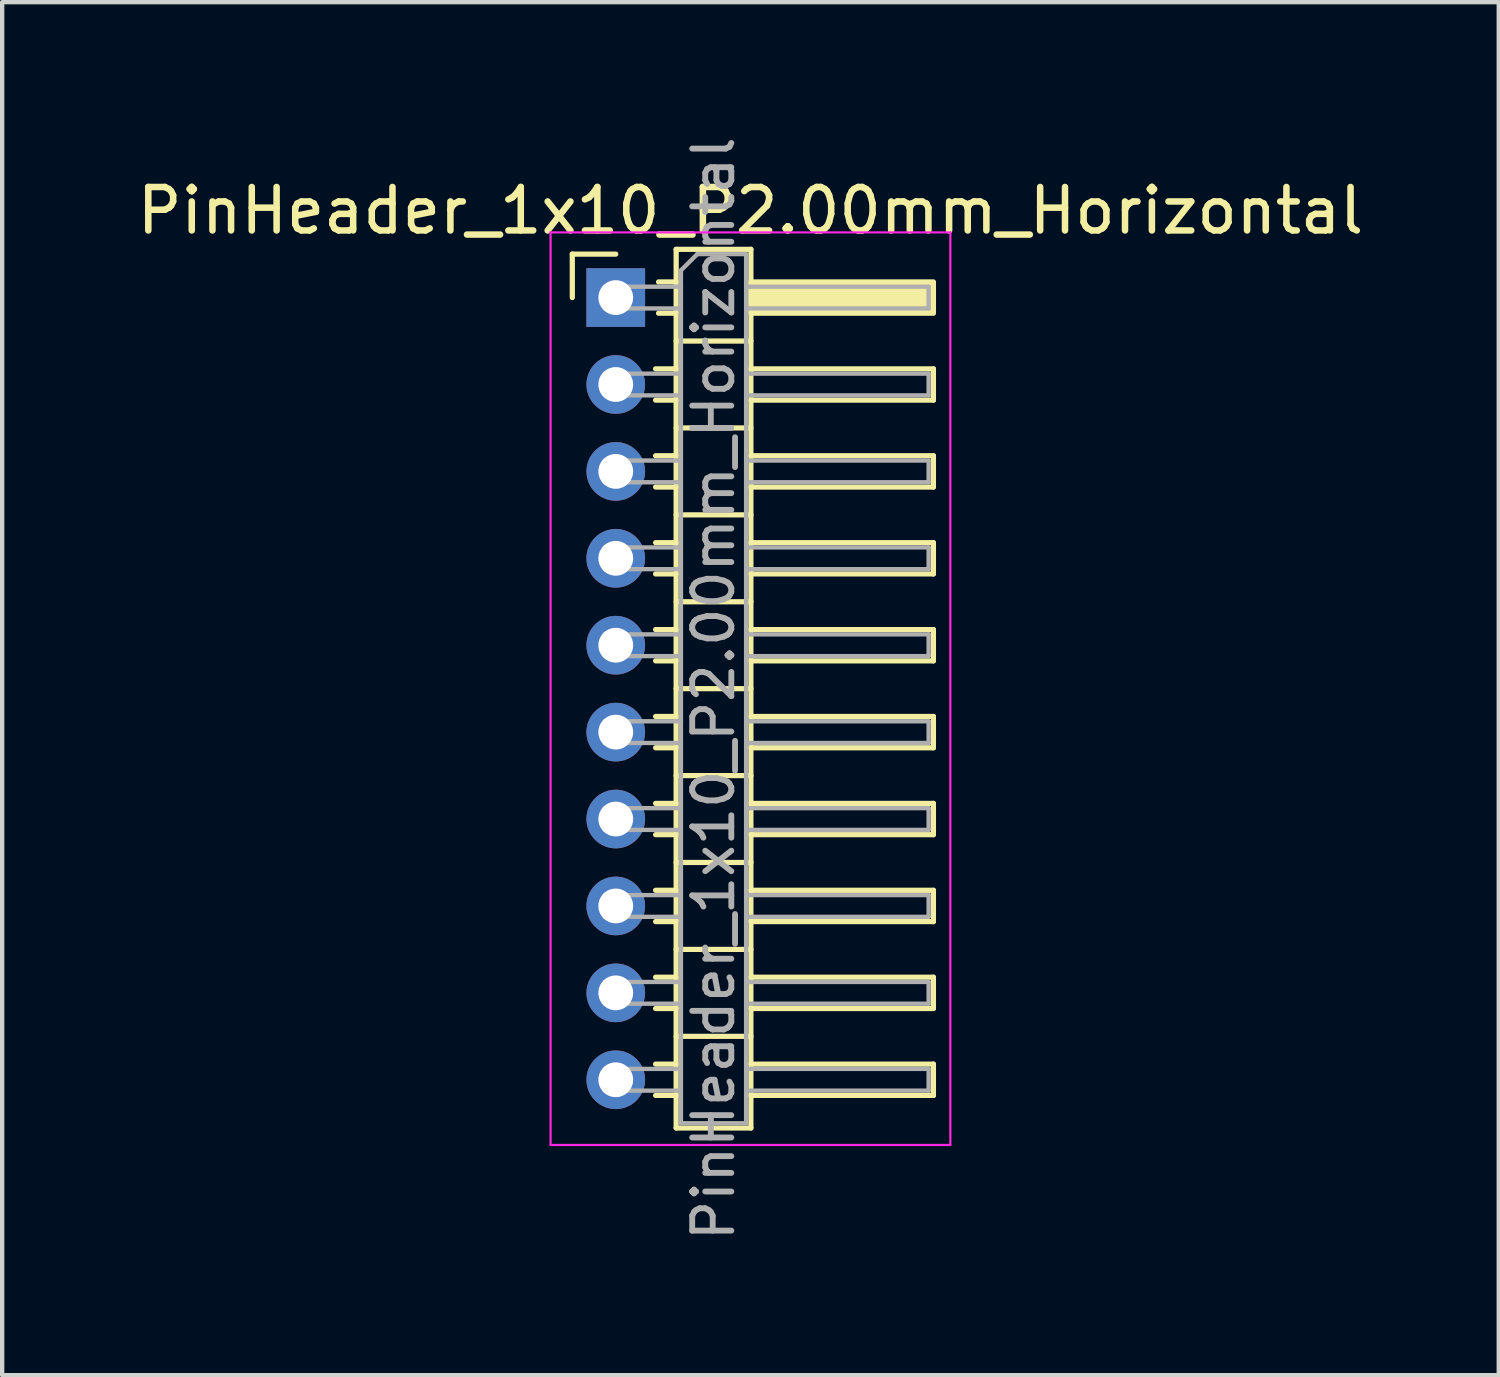
<source format=kicad_pcb>
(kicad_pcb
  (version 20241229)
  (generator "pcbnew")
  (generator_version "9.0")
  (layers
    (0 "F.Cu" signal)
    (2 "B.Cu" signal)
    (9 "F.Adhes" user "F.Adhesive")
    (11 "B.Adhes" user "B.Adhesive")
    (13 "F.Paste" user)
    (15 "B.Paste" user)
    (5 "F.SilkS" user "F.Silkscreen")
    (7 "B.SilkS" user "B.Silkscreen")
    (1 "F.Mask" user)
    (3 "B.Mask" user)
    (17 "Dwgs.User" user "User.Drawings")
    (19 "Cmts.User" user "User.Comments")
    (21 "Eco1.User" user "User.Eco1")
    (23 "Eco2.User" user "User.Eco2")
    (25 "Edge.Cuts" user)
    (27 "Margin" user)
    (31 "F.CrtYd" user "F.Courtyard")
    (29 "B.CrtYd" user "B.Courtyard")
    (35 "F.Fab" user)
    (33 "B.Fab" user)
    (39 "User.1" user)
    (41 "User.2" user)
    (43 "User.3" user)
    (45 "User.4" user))
  (footprint "PinHeader_1x10_P2.00mm_Horizontal"
    (layer "F.Cu")
    (at 11.12 3.798)
    (property "Reference" "PinHeader_1x10_P2.00mm_Horizontal" (at 3.1 -2 0) (layer "F.SilkS") (effects (font (size 1 1) (thickness 0.15))))
    (attr through_hole)
    (fp_line (start -1 -1) (end 0 -1) (stroke (width 0.12) (type solid)) (layer "F.SilkS"))
    (fp_line (start -1 0) (end -1 -1) (stroke (width 0.12) (type solid)) (layer "F.SilkS"))
    (fp_line (start 0.917 1.64) (end 1.39 1.64) (stroke (width 0.12) (type solid)) (layer "F.SilkS"))
    (fp_line (start 0.917 2.36) (end 1.39 2.36) (stroke (width 0.12) (type solid)) (layer "F.SilkS"))
    (fp_line (start 0.917 3.64) (end 1.39 3.64) (stroke (width 0.12) (type solid)) (layer "F.SilkS"))
    (fp_line (start 0.917 4.36) (end 1.39 4.36) (stroke (width 0.12) (type solid)) (layer "F.SilkS"))
    (fp_line (start 0.917 5.64) (end 1.39 5.64) (stroke (width 0.12) (type solid)) (layer "F.SilkS"))
    (fp_line (start 0.917 6.36) (end 1.39 6.36) (stroke (width 0.12) (type solid)) (layer "F.SilkS"))
    (fp_line (start 0.917 7.64) (end 1.39 7.64) (stroke (width 0.12) (type solid)) (layer "F.SilkS"))
    (fp_line (start 0.917 8.36) (end 1.39 8.36) (stroke (width 0.12) (type solid)) (layer "F.SilkS"))
    (fp_line (start 0.917 9.64) (end 1.39 9.64) (stroke (width 0.12) (type solid)) (layer "F.SilkS"))
    (fp_line (start 0.917 10.36) (end 1.39 10.36) (stroke (width 0.12) (type solid)) (layer "F.SilkS"))
    (fp_line (start 0.917 11.64) (end 1.39 11.64) (stroke (width 0.12) (type solid)) (layer "F.SilkS"))
    (fp_line (start 0.917 12.36) (end 1.39 12.36) (stroke (width 0.12) (type solid)) (layer "F.SilkS"))
    (fp_line (start 0.917 13.64) (end 1.39 13.64) (stroke (width 0.12) (type solid)) (layer "F.SilkS"))
    (fp_line (start 0.917 14.36) (end 1.39 14.36) (stroke (width 0.12) (type solid)) (layer "F.SilkS"))
    (fp_line (start 0.917 15.64) (end 1.39 15.64) (stroke (width 0.12) (type solid)) (layer "F.SilkS"))
    (fp_line (start 0.917 16.36) (end 1.39 16.36) (stroke (width 0.12) (type solid)) (layer "F.SilkS"))
    (fp_line (start 0.917 17.64) (end 1.39 17.64) (stroke (width 0.12) (type solid)) (layer "F.SilkS"))
    (fp_line (start 0.917 18.36) (end 1.39 18.36) (stroke (width 0.12) (type solid)) (layer "F.SilkS"))
    (fp_line (start 0.985 -0.36) (end 1.39 -0.36) (stroke (width 0.12) (type solid)) (layer "F.SilkS"))
    (fp_line (start 0.985 0.36) (end 1.39 0.36) (stroke (width 0.12) (type solid)) (layer "F.SilkS"))
    (fp_line (start 1.39 -1.11) (end 1.39 19.11) (stroke (width 0.12) (type solid)) (layer "F.SilkS"))
    (fp_line (start 1.39 1) (end 3.11 1) (stroke (width 0.12) (type solid)) (layer "F.SilkS"))
    (fp_line (start 1.39 3) (end 3.11 3) (stroke (width 0.12) (type solid)) (layer "F.SilkS"))
    (fp_line (start 1.39 5) (end 3.11 5) (stroke (width 0.12) (type solid)) (layer "F.SilkS"))
    (fp_line (start 1.39 7) (end 3.11 7) (stroke (width 0.12) (type solid)) (layer "F.SilkS"))
    (fp_line (start 1.39 9) (end 3.11 9) (stroke (width 0.12) (type solid)) (layer "F.SilkS"))
    (fp_line (start 1.39 11) (end 3.11 11) (stroke (width 0.12) (type solid)) (layer "F.SilkS"))
    (fp_line (start 1.39 13) (end 3.11 13) (stroke (width 0.12) (type solid)) (layer "F.SilkS"))
    (fp_line (start 1.39 15) (end 3.11 15) (stroke (width 0.12) (type solid)) (layer "F.SilkS"))
    (fp_line (start 1.39 17) (end 3.11 17) (stroke (width 0.12) (type solid)) (layer "F.SilkS"))
    (fp_line (start 1.39 19.11) (end 3.11 19.11) (stroke (width 0.12) (type solid)) (layer "F.SilkS"))
    (fp_line (start 3.11 -1.11) (end 1.39 -1.11) (stroke (width 0.12) (type solid)) (layer "F.SilkS"))
    (fp_line (start 3.11 1.64) (end 7.31 1.64) (stroke (width 0.12) (type solid)) (layer "F.SilkS"))
    (fp_line (start 3.11 3.64) (end 7.31 3.64) (stroke (width 0.12) (type solid)) (layer "F.SilkS"))
    (fp_line (start 3.11 5.64) (end 7.31 5.64) (stroke (width 0.12) (type solid)) (layer "F.SilkS"))
    (fp_line (start 3.11 7.64) (end 7.31 7.64) (stroke (width 0.12) (type solid)) (layer "F.SilkS"))
    (fp_line (start 3.11 9.64) (end 7.31 9.64) (stroke (width 0.12) (type solid)) (layer "F.SilkS"))
    (fp_line (start 3.11 11.64) (end 7.31 11.64) (stroke (width 0.12) (type solid)) (layer "F.SilkS"))
    (fp_line (start 3.11 13.64) (end 7.31 13.64) (stroke (width 0.12) (type solid)) (layer "F.SilkS"))
    (fp_line (start 3.11 15.64) (end 7.31 15.64) (stroke (width 0.12) (type solid)) (layer "F.SilkS"))
    (fp_line (start 3.11 17.64) (end 7.31 17.64) (stroke (width 0.12) (type solid)) (layer "F.SilkS"))
    (fp_line (start 3.11 19.11) (end 3.11 -1.11) (stroke (width 0.12) (type solid)) (layer "F.SilkS"))
    (fp_line (start 7.31 1.64) (end 7.31 2.36) (stroke (width 0.12) (type solid)) (layer "F.SilkS"))
    (fp_line (start 7.31 2.36) (end 3.11 2.36) (stroke (width 0.12) (type solid)) (layer "F.SilkS"))
    (fp_line (start 7.31 3.64) (end 7.31 4.36) (stroke (width 0.12) (type solid)) (layer "F.SilkS"))
    (fp_line (start 7.31 4.36) (end 3.11 4.36) (stroke (width 0.12) (type solid)) (layer "F.SilkS"))
    (fp_line (start 7.31 5.64) (end 7.31 6.36) (stroke (width 0.12) (type solid)) (layer "F.SilkS"))
    (fp_line (start 7.31 6.36) (end 3.11 6.36) (stroke (width 0.12) (type solid)) (layer "F.SilkS"))
    (fp_line (start 7.31 7.64) (end 7.31 8.36) (stroke (width 0.12) (type solid)) (layer "F.SilkS"))
    (fp_line (start 7.31 8.36) (end 3.11 8.36) (stroke (width 0.12) (type solid)) (layer "F.SilkS"))
    (fp_line (start 7.31 9.64) (end 7.31 10.36) (stroke (width 0.12) (type solid)) (layer "F.SilkS"))
    (fp_line (start 7.31 10.36) (end 3.11 10.36) (stroke (width 0.12) (type solid)) (layer "F.SilkS"))
    (fp_line (start 7.31 11.64) (end 7.31 12.36) (stroke (width 0.12) (type solid)) (layer "F.SilkS"))
    (fp_line (start 7.31 12.36) (end 3.11 12.36) (stroke (width 0.12) (type solid)) (layer "F.SilkS"))
    (fp_line (start 7.31 13.64) (end 7.31 14.36) (stroke (width 0.12) (type solid)) (layer "F.SilkS"))
    (fp_line (start 7.31 14.36) (end 3.11 14.36) (stroke (width 0.12) (type solid)) (layer "F.SilkS"))
    (fp_line (start 7.31 15.64) (end 7.31 16.36) (stroke (width 0.12) (type solid)) (layer "F.SilkS"))
    (fp_line (start 7.31 16.36) (end 3.11 16.36) (stroke (width 0.12) (type solid)) (layer "F.SilkS"))
    (fp_line (start 7.31 17.64) (end 7.31 18.36) (stroke (width 0.12) (type solid)) (layer "F.SilkS"))
    (fp_line (start 7.31 18.36) (end 3.11 18.36) (stroke (width 0.12) (type solid)) (layer "F.SilkS"))
    (fp_rect (start 3.11 -0.36) (end 7.31 0.36) (stroke (width 0.12) (type solid)) (fill yes) (layer "F.SilkS"))
    (fp_line (start -1.5 -1.5) (end -1.5 19.5) (stroke (width 0.05) (type solid)) (layer "F.CrtYd"))
    (fp_line (start -1.5 19.5) (end 7.7 19.5) (stroke (width 0.05) (type solid)) (layer "F.CrtYd"))
    (fp_line (start 7.7 -1.5) (end -1.5 -1.5) (stroke (width 0.05) (type solid)) (layer "F.CrtYd"))
    (fp_line (start 7.7 19.5) (end 7.7 -1.5) (stroke (width 0.05) (type solid)) (layer "F.CrtYd"))
    (fp_line (start -0.25 -0.25) (end -0.25 0.25) (stroke (width 0.1) (type solid)) (layer "F.Fab"))
    (fp_line (start -0.25 -0.25) (end 1.5 -0.25) (stroke (width 0.1) (type solid)) (layer "F.Fab"))
    (fp_line (start -0.25 0.25) (end 1.5 0.25) (stroke (width 0.1) (type solid)) (layer "F.Fab"))
    (fp_line (start -0.25 1.75) (end -0.25 2.25) (stroke (width 0.1) (type solid)) (layer "F.Fab"))
    (fp_line (start -0.25 1.75) (end 1.5 1.75) (stroke (width 0.1) (type solid)) (layer "F.Fab"))
    (fp_line (start -0.25 2.25) (end 1.5 2.25) (stroke (width 0.1) (type solid)) (layer "F.Fab"))
    (fp_line (start -0.25 3.75) (end -0.25 4.25) (stroke (width 0.1) (type solid)) (layer "F.Fab"))
    (fp_line (start -0.25 3.75) (end 1.5 3.75) (stroke (width 0.1) (type solid)) (layer "F.Fab"))
    (fp_line (start -0.25 4.25) (end 1.5 4.25) (stroke (width 0.1) (type solid)) (layer "F.Fab"))
    (fp_line (start -0.25 5.75) (end -0.25 6.25) (stroke (width 0.1) (type solid)) (layer "F.Fab"))
    (fp_line (start -0.25 5.75) (end 1.5 5.75) (stroke (width 0.1) (type solid)) (layer "F.Fab"))
    (fp_line (start -0.25 6.25) (end 1.5 6.25) (stroke (width 0.1) (type solid)) (layer "F.Fab"))
    (fp_line (start -0.25 7.75) (end -0.25 8.25) (stroke (width 0.1) (type solid)) (layer "F.Fab"))
    (fp_line (start -0.25 7.75) (end 1.5 7.75) (stroke (width 0.1) (type solid)) (layer "F.Fab"))
    (fp_line (start -0.25 8.25) (end 1.5 8.25) (stroke (width 0.1) (type solid)) (layer "F.Fab"))
    (fp_line (start -0.25 9.75) (end -0.25 10.25) (stroke (width 0.1) (type solid)) (layer "F.Fab"))
    (fp_line (start -0.25 9.75) (end 1.5 9.75) (stroke (width 0.1) (type solid)) (layer "F.Fab"))
    (fp_line (start -0.25 10.25) (end 1.5 10.25) (stroke (width 0.1) (type solid)) (layer "F.Fab"))
    (fp_line (start -0.25 11.75) (end -0.25 12.25) (stroke (width 0.1) (type solid)) (layer "F.Fab"))
    (fp_line (start -0.25 11.75) (end 1.5 11.75) (stroke (width 0.1) (type solid)) (layer "F.Fab"))
    (fp_line (start -0.25 12.25) (end 1.5 12.25) (stroke (width 0.1) (type solid)) (layer "F.Fab"))
    (fp_line (start -0.25 13.75) (end -0.25 14.25) (stroke (width 0.1) (type solid)) (layer "F.Fab"))
    (fp_line (start -0.25 13.75) (end 1.5 13.75) (stroke (width 0.1) (type solid)) (layer "F.Fab"))
    (fp_line (start -0.25 14.25) (end 1.5 14.25) (stroke (width 0.1) (type solid)) (layer "F.Fab"))
    (fp_line (start -0.25 15.75) (end -0.25 16.25) (stroke (width 0.1) (type solid)) (layer "F.Fab"))
    (fp_line (start -0.25 15.75) (end 1.5 15.75) (stroke (width 0.1) (type solid)) (layer "F.Fab"))
    (fp_line (start -0.25 16.25) (end 1.5 16.25) (stroke (width 0.1) (type solid)) (layer "F.Fab"))
    (fp_line (start -0.25 17.75) (end -0.25 18.25) (stroke (width 0.1) (type solid)) (layer "F.Fab"))
    (fp_line (start -0.25 17.75) (end 1.5 17.75) (stroke (width 0.1) (type solid)) (layer "F.Fab"))
    (fp_line (start -0.25 18.25) (end 1.5 18.25) (stroke (width 0.1) (type solid)) (layer "F.Fab"))
    (fp_line (start 1.5 -0.625) (end 1.875 -1) (stroke (width 0.1) (type solid)) (layer "F.Fab"))
    (fp_line (start 1.5 19) (end 1.5 -0.625) (stroke (width 0.1) (type solid)) (layer "F.Fab"))
    (fp_line (start 1.875 -1) (end 3 -1) (stroke (width 0.1) (type solid)) (layer "F.Fab"))
    (fp_line (start 3 -1) (end 3 19) (stroke (width 0.1) (type solid)) (layer "F.Fab"))
    (fp_line (start 3 -0.25) (end 7.2 -0.25) (stroke (width 0.1) (type solid)) (layer "F.Fab"))
    (fp_line (start 3 0.25) (end 7.2 0.25) (stroke (width 0.1) (type solid)) (layer "F.Fab"))
    (fp_line (start 3 1.75) (end 7.2 1.75) (stroke (width 0.1) (type solid)) (layer "F.Fab"))
    (fp_line (start 3 2.25) (end 7.2 2.25) (stroke (width 0.1) (type solid)) (layer "F.Fab"))
    (fp_line (start 3 3.75) (end 7.2 3.75) (stroke (width 0.1) (type solid)) (layer "F.Fab"))
    (fp_line (start 3 4.25) (end 7.2 4.25) (stroke (width 0.1) (type solid)) (layer "F.Fab"))
    (fp_line (start 3 5.75) (end 7.2 5.75) (stroke (width 0.1) (type solid)) (layer "F.Fab"))
    (fp_line (start 3 6.25) (end 7.2 6.25) (stroke (width 0.1) (type solid)) (layer "F.Fab"))
    (fp_line (start 3 7.75) (end 7.2 7.75) (stroke (width 0.1) (type solid)) (layer "F.Fab"))
    (fp_line (start 3 8.25) (end 7.2 8.25) (stroke (width 0.1) (type solid)) (layer "F.Fab"))
    (fp_line (start 3 9.75) (end 7.2 9.75) (stroke (width 0.1) (type solid)) (layer "F.Fab"))
    (fp_line (start 3 10.25) (end 7.2 10.25) (stroke (width 0.1) (type solid)) (layer "F.Fab"))
    (fp_line (start 3 11.75) (end 7.2 11.75) (stroke (width 0.1) (type solid)) (layer "F.Fab"))
    (fp_line (start 3 12.25) (end 7.2 12.25) (stroke (width 0.1) (type solid)) (layer "F.Fab"))
    (fp_line (start 3 13.75) (end 7.2 13.75) (stroke (width 0.1) (type solid)) (layer "F.Fab"))
    (fp_line (start 3 14.25) (end 7.2 14.25) (stroke (width 0.1) (type solid)) (layer "F.Fab"))
    (fp_line (start 3 15.75) (end 7.2 15.75) (stroke (width 0.1) (type solid)) (layer "F.Fab"))
    (fp_line (start 3 16.25) (end 7.2 16.25) (stroke (width 0.1) (type solid)) (layer "F.Fab"))
    (fp_line (start 3 17.75) (end 7.2 17.75) (stroke (width 0.1) (type solid)) (layer "F.Fab"))
    (fp_line (start 3 18.25) (end 7.2 18.25) (stroke (width 0.1) (type solid)) (layer "F.Fab"))
    (fp_line (start 3 19) (end 1.5 19) (stroke (width 0.1) (type solid)) (layer "F.Fab"))
    (fp_line (start 7.2 -0.25) (end 7.2 0.25) (stroke (width 0.1) (type solid)) (layer "F.Fab"))
    (fp_line (start 7.2 1.75) (end 7.2 2.25) (stroke (width 0.1) (type solid)) (layer "F.Fab"))
    (fp_line (start 7.2 3.75) (end 7.2 4.25) (stroke (width 0.1) (type solid)) (layer "F.Fab"))
    (fp_line (start 7.2 5.75) (end 7.2 6.25) (stroke (width 0.1) (type solid)) (layer "F.Fab"))
    (fp_line (start 7.2 7.75) (end 7.2 8.25) (stroke (width 0.1) (type solid)) (layer "F.Fab"))
    (fp_line (start 7.2 9.75) (end 7.2 10.25) (stroke (width 0.1) (type solid)) (layer "F.Fab"))
    (fp_line (start 7.2 11.75) (end 7.2 12.25) (stroke (width 0.1) (type solid)) (layer "F.Fab"))
    (fp_line (start 7.2 13.75) (end 7.2 14.25) (stroke (width 0.1) (type solid)) (layer "F.Fab"))
    (fp_line (start 7.2 15.75) (end 7.2 16.25) (stroke (width 0.1) (type solid)) (layer "F.Fab"))
    (fp_line (start 7.2 17.75) (end 7.2 18.25) (stroke (width 0.1) (type solid)) (layer "F.Fab"))
    (fp_text user "${REFERENCE}" (at 2.25 9 90) (layer "F.Fab") (effects (font (size 0.9 0.9) (thickness 0.135))))
    (pad "1" thru_hole rect (at 0 0) (size 1.35 1.35) (drill 0.8) (layers "*.Cu" "*.Mask"))
    (pad "2" thru_hole circle (at 0 2) (size 1.35 1.35) (drill 0.8) (layers "*.Cu" "*.Mask"))
    (pad "3" thru_hole circle (at 0 4) (size 1.35 1.35) (drill 0.8) (layers "*.Cu" "*.Mask"))
    (pad "4" thru_hole circle (at 0 6) (size 1.35 1.35) (drill 0.8) (layers "*.Cu" "*.Mask"))
    (pad "5" thru_hole circle (at 0 8) (size 1.35 1.35) (drill 0.8) (layers "*.Cu" "*.Mask"))
    (pad "6" thru_hole circle (at 0 10) (size 1.35 1.35) (drill 0.8) (layers "*.Cu" "*.Mask"))
    (pad "7" thru_hole circle (at 0 12) (size 1.35 1.35) (drill 0.8) (layers "*.Cu" "*.Mask"))
    (pad "8" thru_hole circle (at 0 14) (size 1.35 1.35) (drill 0.8) (layers "*.Cu" "*.Mask"))
    (pad "9" thru_hole circle (at 0 16) (size 1.35 1.35) (drill 0.8) (layers "*.Cu" "*.Mask"))
    (pad "10" thru_hole circle (at 0 18) (size 1.35 1.35) (drill 0.8) (layers "*.Cu" "*.Mask")))
  (gr_rect
    (start -3 -3)
    (end 31.44 28.596)
    (stroke (width 0.1) (type default))
    (fill no)
    (layer "Edge.Cuts")))
</source>
